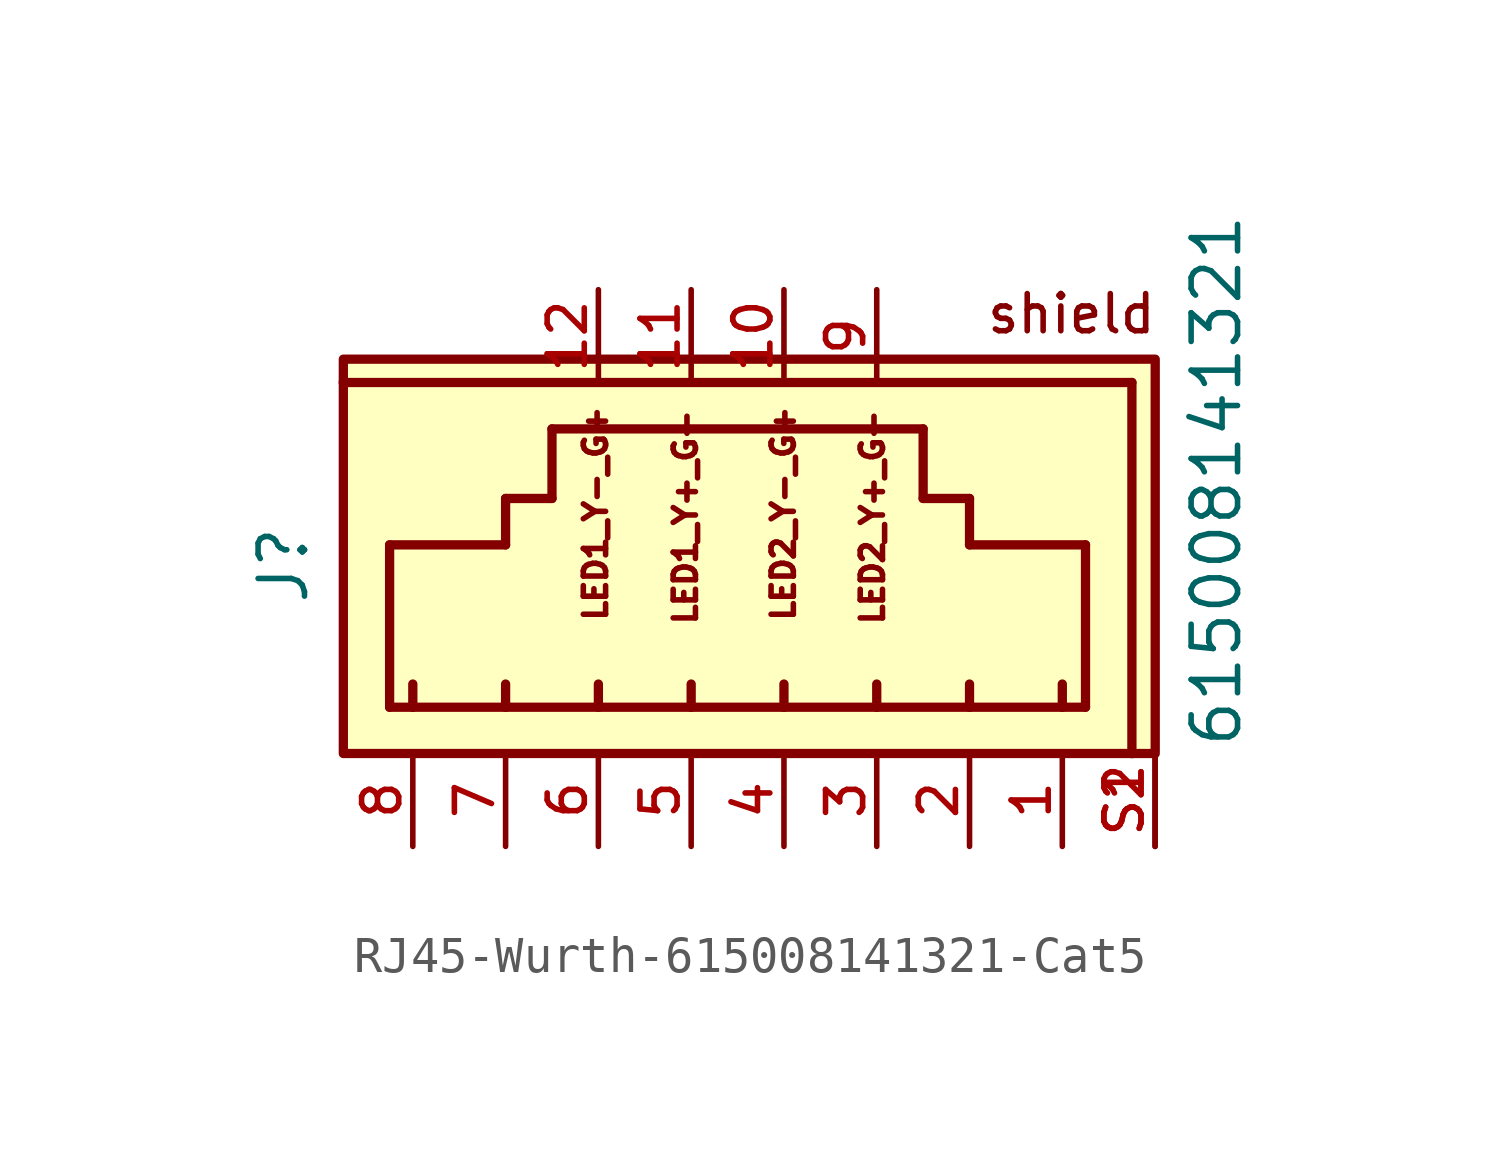
<source format=kicad_sym>
(kicad_symbol_lib
  (version 20241209)
  (generator "kicad_symbol_editor")
  (generator_version "9.0")
  (symbol "RJ45-Wurth-615008141321-Cat5"
    (pin_names
      (offset 1.016))
    (property "Reference" "J"
      (at -12.962 0.078 90)
      (effects (font (size 1.27 1.27)) (justify bottom)))
    (property "Value" "615008141321"
      (at 12.58 -4.964 90)
      (effects (font (size 1.27 1.27)) (justify left bottom)))
    (symbol "RJ45-Wurth-615008141321-Cat5_0_0"
      (polyline (pts (xy -12.065 5.08) (xy 9.525 5.08)) (stroke (width 0.254) (type default)) (fill (type none)))
      (rectangle (start -12.062 5.718) (end 10.163 -5.077) (stroke (width 0.254) (type default)) (fill (type background)))
      (polyline (pts (xy -10.795 0.635) (xy -7.62 0.635)) (stroke (width 0.254) (type default)) (fill (type none)))
      (polyline (pts (xy -10.795 -3.81) (xy -10.795 0.635)) (stroke (width 0.254) (type default)) (fill (type none)))
      (polyline (pts (xy -10.16 -3.81) (xy -10.795 -3.81)) (stroke (width 0.254) (type default)) (fill (type none)))
      (polyline (pts (xy -10.16 -3.81) (xy -10.16 -3.175)) (stroke (width 0.254) (type default)) (fill (type none)))
      (polyline (pts (xy -7.62 1.905) (xy -6.35 1.905)) (stroke (width 0.254) (type default)) (fill (type none)))
      (polyline (pts (xy -7.62 0.635) (xy -7.62 1.905)) (stroke (width 0.254) (type default)) (fill (type none)))
      (polyline (pts (xy -7.62 -3.81) (xy -10.16 -3.81)) (stroke (width 0.254) (type default)) (fill (type none)))
      (polyline (pts (xy -7.62 -3.81) (xy -7.62 -3.175)) (stroke (width 0.254) (type default)) (fill (type none)))
      (polyline (pts (xy -6.35 3.81) (xy 3.81 3.81)) (stroke (width 0.254) (type default)) (fill (type none)))
      (polyline (pts (xy -6.35 1.905) (xy -6.35 3.81)) (stroke (width 0.254) (type default)) (fill (type none)))
      (polyline (pts (xy -5.08 -3.81) (xy -7.62 -3.81)) (stroke (width 0.254) (type default)) (fill (type none)))
      (polyline (pts (xy -5.08 -3.81) (xy -5.08 -3.175)) (stroke (width 0.254) (type default)) (fill (type none)))
      (polyline (pts (xy -2.54 -3.81) (xy -5.08 -3.81)) (stroke (width 0.254) (type default)) (fill (type none)))
      (polyline (pts (xy -2.54 -3.81) (xy -2.54 -3.175)) (stroke (width 0.254) (type default)) (fill (type none)))
      (polyline (pts (xy 0 -3.81) (xy -2.54 -3.81)) (stroke (width 0.254) (type default)) (fill (type none)))
      (polyline (pts (xy 0 -3.81) (xy 0 -3.175)) (stroke (width 0.254) (type default)) (fill (type none)))
      (polyline (pts (xy 2.54 -3.81) (xy 0 -3.81)) (stroke (width 0.254) (type default)) (fill (type none)))
      (polyline (pts (xy 2.54 -3.81) (xy 2.54 -3.175)) (stroke (width 0.254) (type default)) (fill (type none)))
      (polyline (pts (xy 3.81 1.905) (xy 3.81 3.81)) (stroke (width 0.254) (type default)) (fill (type none)))
      (polyline (pts (xy 5.08 1.905) (xy 3.81 1.905)) (stroke (width 0.254) (type default)) (fill (type none)))
      (polyline (pts (xy 5.08 0.635) (xy 5.08 1.905)) (stroke (width 0.254) (type default)) (fill (type none)))
      (polyline (pts (xy 5.08 -3.81) (xy 2.54 -3.81)) (stroke (width 0.254) (type default)) (fill (type none)))
      (polyline (pts (xy 5.08 -3.81) (xy 5.08 -3.175)) (stroke (width 0.254) (type default)) (fill (type none)))
      (polyline (pts (xy 7.62 -3.81) (xy 5.08 -3.81)) (stroke (width 0.254) (type default)) (fill (type none)))
      (polyline (pts (xy 7.62 -3.81) (xy 7.62 -3.175)) (stroke (width 0.254) (type default)) (fill (type none)))
      (polyline (pts (xy 8.255 0.635) (xy 5.08 0.635)) (stroke (width 0.254) (type default)) (fill (type none)))
      (polyline (pts (xy 8.255 0.635) (xy 8.255 -3.81)) (stroke (width 0.254) (type default)) (fill (type none)))
      (polyline (pts (xy 8.255 -3.81) (xy 7.62 -3.81)) (stroke (width 0.254) (type default)) (fill (type none)))
      (polyline (pts (xy 9.525 5.08) (xy 9.525 -5.08)) (stroke (width 0.254) (type default)) (fill (type none)))
      (text "LED1_Y-_G+" (at -4.8 -1.51 900) (effects (font (size 0.61 0.61)) (justify left bottom)))
      (text "LED1_Y+_G-" (at -2.34 -1.61 900) (effects (font (size 0.61 0.61)) (justify left bottom)))
      (text "LED2_Y-_G+" (at 0.34 -1.51 900) (effects (font (size 0.61 0.61)) (justify left bottom)))
      (text "LED2_Y+_G-" (at 2.78 -1.61 900) (effects (font (size 0.61 0.61)) (justify left bottom)))
      (text "shield" (at 5.495 6.365 0) (effects (font (size 1.016 1.016)) (justify left bottom)))
      (pin passive line (at -10.16 -7.62 90) (length 2.54) (name "~" (effects (font (size 1.016 1.016)))) (number "8" (effects (font (size 1.016 1.016)))))
      (pin passive line (at -7.62 -7.62 90) (length 2.54) (name "~" (effects (font (size 1.016 1.016)))) (number "7" (effects (font (size 1.016 1.016)))))
      (pin passive line (at -5.08 7.62 270) (length 2.54) (name "~" (effects (font (size 1.016 1.016)))) (number "12" (effects (font (size 1.016 1.016)))))
      (pin passive line (at -5.08 -7.62 90) (length 2.54) (name "~" (effects (font (size 1.016 1.016)))) (number "6" (effects (font (size 1.016 1.016)))))
      (pin passive line (at -2.54 7.62 270) (length 2.54) (name "~" (effects (font (size 1.016 1.016)))) (number "11" (effects (font (size 1.016 1.016)))))
      (pin passive line (at -2.54 -7.62 90) (length 2.54) (name "~" (effects (font (size 1.016 1.016)))) (number "5" (effects (font (size 1.016 1.016)))))
      (pin passive line (at 0 7.62 270) (length 2.54) (name "~" (effects (font (size 1.016 1.016)))) (number "10" (effects (font (size 1.016 1.016)))))
      (pin passive line (at 0 -7.62 90) (length 2.54) (name "~" (effects (font (size 1.016 1.016)))) (number "4" (effects (font (size 1.016 1.016)))))
      (pin passive line (at 2.54 7.62 270) (length 2.54) (name "~" (effects (font (size 1.016 1.016)))) (number "9" (effects (font (size 1.016 1.016)))))
      (pin passive line (at 2.54 -7.62 90) (length 2.54) (name "~" (effects (font (size 1.016 1.016)))) (number "3" (effects (font (size 1.016 1.016)))))
      (pin passive line (at 5.08 -7.62 90) (length 2.54) (name "~" (effects (font (size 1.016 1.016)))) (number "2" (effects (font (size 1.016 1.016)))))
      (pin passive line (at 7.62 -7.62 90) (length 2.54) (name "~" (effects (font (size 1.016 1.016)))) (number "1" (effects (font (size 1.016 1.016)))))
      (pin passive line (at 10.16 -7.62 90) (length 2.54) (name "~" (effects (font (size 1.016 1.016)))) (number "S1" (effects (font (size 1.016 1.016)))))
      (pin passive line (at 10.16 -7.62 90) (length 2.54) (name "~" (effects (font (size 1.016 1.016)))) (number "S2" (effects (font (size 1.016 1.016))))))))
</source>
